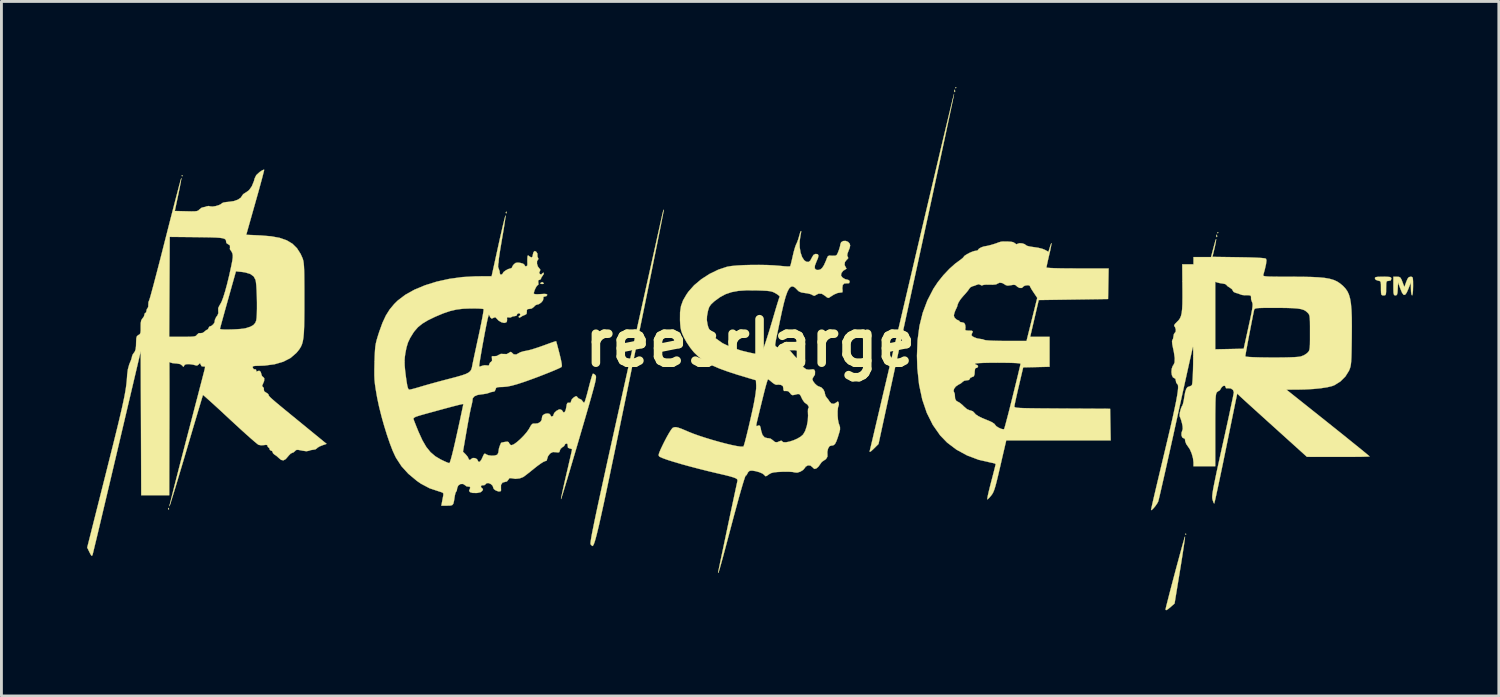
<source format=kicad_pcb>
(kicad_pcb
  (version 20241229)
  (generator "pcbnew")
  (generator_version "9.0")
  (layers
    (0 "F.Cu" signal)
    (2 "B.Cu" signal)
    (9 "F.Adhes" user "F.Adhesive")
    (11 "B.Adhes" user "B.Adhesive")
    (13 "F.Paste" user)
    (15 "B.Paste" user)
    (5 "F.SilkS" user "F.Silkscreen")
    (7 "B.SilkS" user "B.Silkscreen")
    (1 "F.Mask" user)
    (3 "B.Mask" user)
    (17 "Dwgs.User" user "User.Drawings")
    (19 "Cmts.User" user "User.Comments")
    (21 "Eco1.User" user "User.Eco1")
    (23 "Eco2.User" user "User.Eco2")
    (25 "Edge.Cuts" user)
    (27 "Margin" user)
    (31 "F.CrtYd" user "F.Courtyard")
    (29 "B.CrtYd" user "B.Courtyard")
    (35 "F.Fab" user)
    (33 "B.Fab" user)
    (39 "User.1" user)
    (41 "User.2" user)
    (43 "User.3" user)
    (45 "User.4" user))
  (footprint "reesrlarge"
    (layer "F.Cu")
    (at 23.234 8.968)
    (property "Reference" "reesrlarge" (at 0 0 0) (layer "F.SilkS") (effects (font (size 1.524 1.524) (thickness 0.3))))
    (attr through_hole)
    (fp_poly (pts (xy -19.885 -5.86) (xy -19.903 -5.842) (xy -19.921 -5.86) (xy -19.903 -5.878) (xy -19.885 -5.86)) (stroke (width 0.01) (type solid)) (fill yes) (layer "F.SilkS"))
    (fp_poly (pts (xy 7.221 -8.944) (xy 7.203 -8.926) (xy 7.185 -8.944) (xy 7.203 -8.963) (xy 7.221 -8.944)) (stroke (width 0.01) (type solid)) (fill yes) (layer "F.SilkS"))
    (fp_poly (pts (xy 15.276 6.695) (xy 15.258 6.713) (xy 15.24 6.695) (xy 15.258 6.677) (xy 15.276 6.695)) (stroke (width 0.01) (type solid)) (fill yes) (layer "F.SilkS"))
    (fp_poly (pts (xy 16.401 -3.864) (xy 16.383 -3.846) (xy 16.365 -3.864) (xy 16.383 -3.883) (xy 16.401 -3.864)) (stroke (width 0.01) (type solid)) (fill yes) (layer "F.SilkS"))
    (fp_poly (pts (xy -20.368 5.782) (xy -20.364 5.825) (xy -20.368 5.83) (xy -20.39 5.825) (xy -20.393 5.806) (xy -20.379 5.776) (xy -20.368 5.782)) (stroke (width 0.01) (type solid)) (fill yes) (layer "F.SilkS"))
    (fp_poly (pts (xy -8.539 -4.596) (xy -8.535 -4.553) (xy -8.539 -4.548) (xy -8.561 -4.553) (xy -8.563 -4.572) (xy -8.55 -4.602) (xy -8.539 -4.596)) (stroke (width 0.01) (type solid)) (fill yes) (layer "F.SilkS"))
    (fp_poly (pts (xy 7.173 -8.861) (xy 7.177 -8.804) (xy 7.17 -8.791) (xy 7.154 -8.802) (xy 7.151 -8.839) (xy 7.16 -8.877) (xy 7.173 -8.861)) (stroke (width 0.01) (type solid)) (fill yes) (layer "F.SilkS"))
    (fp_poly (pts (xy 16.353 -3.781) (xy 16.358 -3.724) (xy 16.35 -3.711) (xy 16.334 -3.722) (xy 16.331 -3.759) (xy 16.34 -3.797) (xy 16.353 -3.781)) (stroke (width 0.01) (type solid)) (fill yes) (layer "F.SilkS"))
    (fp_poly (pts (xy -7.25 -2.112) (xy -7.232 -2.079) (xy -7.276 -2.069) (xy -7.293 -2.068) (xy -7.351 -2.076) (xy -7.345 -2.103) (xy -7.337 -2.112) (xy -7.288 -2.137) (xy -7.25 -2.112)) (stroke (width 0.01) (type solid)) (fill yes) (layer "F.SilkS"))
    (fp_poly (pts (xy 15.23 6.825) (xy 15.217 6.931) (xy 15.194 7.092) (xy 15.163 7.297) (xy 15.126 7.539) (xy 15.083 7.809) (xy 15.056 7.972) (xy 14.867 9.126) (xy 14.736 9.242) (xy 14.631 9.328) (xy 14.57 9.36) (xy 14.551 9.338) (xy 14.551 9.338) (xy 14.559 9.292) (xy 14.584 9.187) (xy 14.623 9.034) (xy 14.672 8.841) (xy 14.73 8.618) (xy 14.794 8.374) (xy 14.862 8.119) (xy 14.93 7.862) (xy 14.998 7.612) (xy 15.061 7.378) (xy 15.118 7.17) (xy 15.166 6.998) (xy 15.203 6.87) (xy 15.226 6.796) (xy 15.233 6.781) (xy 15.23 6.825)) (stroke (width 0.01) (type solid)) (fill yes) (layer "F.SilkS"))
    (fp_poly (pts (xy 22.313 -2.321) (xy 22.401 -2.314) (xy 22.445 -2.298) (xy 22.46 -2.27) (xy 22.461 -2.25) (xy 22.44 -2.193) (xy 22.37 -2.177) (xy 22.323 -2.173) (xy 22.296 -2.152) (xy 22.283 -2.096) (xy 22.28 -1.991) (xy 22.279 -1.923) (xy 22.278 -1.79) (xy 22.27 -1.714) (xy 22.25 -1.679) (xy 22.213 -1.67) (xy 22.189 -1.669) (xy 22.141 -1.673) (xy 22.114 -1.695) (xy 22.102 -1.751) (xy 22.098 -1.857) (xy 22.098 -1.921) (xy 22.097 -2.053) (xy 22.089 -2.129) (xy 22.067 -2.166) (xy 22.027 -2.18) (xy 21.999 -2.184) (xy 21.916 -2.215) (xy 21.887 -2.259) (xy 21.889 -2.29) (xy 21.918 -2.309) (xy 21.988 -2.319) (xy 22.112 -2.322) (xy 22.168 -2.322) (xy 22.313 -2.321)) (stroke (width 0.01) (type solid)) (fill yes) (layer "F.SilkS"))
    (fp_poly (pts (xy 22.732 -2.317) (xy 22.78 -2.289) (xy 22.819 -2.221) (xy 22.85 -2.141) (xy 22.918 -1.959) (xy 22.983 -2.141) (xy 23.029 -2.25) (xy 23.072 -2.305) (xy 23.126 -2.322) (xy 23.136 -2.322) (xy 23.177 -2.319) (xy 23.203 -2.301) (xy 23.216 -2.253) (xy 23.222 -2.162) (xy 23.223 -2.014) (xy 23.223 -1.996) (xy 23.219 -1.839) (xy 23.209 -1.728) (xy 23.193 -1.673) (xy 23.187 -1.669) (xy 23.167 -1.702) (xy 23.153 -1.789) (xy 23.148 -1.896) (xy 23.145 -2.123) (xy 23.061 -1.905) (xy 22.998 -1.762) (xy 22.943 -1.691) (xy 22.891 -1.69) (xy 22.838 -1.76) (xy 22.781 -1.894) (xy 22.697 -2.123) (xy 22.686 -1.896) (xy 22.677 -1.771) (xy 22.662 -1.702) (xy 22.635 -1.673) (xy 22.604 -1.669) (xy 22.571 -1.675) (xy 22.55 -1.702) (xy 22.538 -1.763) (xy 22.534 -1.873) (xy 22.533 -1.996) (xy 22.533 -2.322) (xy 22.658 -2.322) (xy 22.732 -2.317)) (stroke (width 0.01) (type solid)) (fill yes) (layer "F.SilkS"))
    (fp_poly (pts (xy 7.135 -8.691) (xy 7.114 -8.588) (xy 7.08 -8.42) (xy 7.032 -8.193) (xy 6.972 -7.909) (xy 6.9 -7.573) (xy 6.818 -7.187) (xy 6.725 -6.756) (xy 6.624 -6.283) (xy 6.513 -5.771) (xy 6.396 -5.225) (xy 6.271 -4.647) (xy 6.14 -4.043) (xy 6.004 -3.414) (xy 5.863 -2.765) (xy 5.824 -2.588) (xy 4.494 3.538) (xy 4.33 3.701) (xy 4.239 3.786) (xy 4.191 3.815) (xy 4.185 3.792) (xy 4.195 3.749) (xy 4.221 3.64) (xy 4.262 3.467) (xy 4.317 3.234) (xy 4.385 2.945) (xy 4.465 2.604) (xy 4.557 2.213) (xy 4.659 1.777) (xy 4.772 1.3) (xy 4.893 0.784) (xy 5.022 0.234) (xy 5.158 -0.347) (xy 5.301 -0.955) (xy 5.449 -1.587) (xy 5.602 -2.239) (xy 5.666 -2.511) (xy 5.82 -3.169) (xy 5.97 -3.807) (xy 6.115 -4.422) (xy 6.254 -5.011) (xy 6.386 -5.569) (xy 6.51 -6.095) (xy 6.625 -6.582) (xy 6.731 -7.03) (xy 6.827 -7.433) (xy 6.912 -7.788) (xy 6.985 -8.091) (xy 7.045 -8.34) (xy 7.091 -8.531) (xy 7.123 -8.659) (xy 7.139 -8.722) (xy 7.141 -8.728) (xy 7.135 -8.691)) (stroke (width 0.01) (type solid)) (fill yes) (layer "F.SilkS"))
    (fp_poly (pts (xy -3.033 -4.635) (xy -3.052 -4.532) (xy -3.085 -4.364) (xy -3.129 -4.137) (xy -3.186 -3.854) (xy -3.253 -3.518) (xy -3.331 -3.134) (xy -3.417 -2.705) (xy -3.512 -2.235) (xy -3.615 -1.728) (xy -3.725 -1.188) (xy -3.842 -0.617) (xy -3.963 -0.021) (xy -4.09 0.598) (xy -4.188 1.077) (xy -4.347 1.853) (xy -4.493 2.56) (xy -4.625 3.203) (xy -4.745 3.784) (xy -4.854 4.305) (xy -4.951 4.771) (xy -5.038 5.184) (xy -5.115 5.546) (xy -5.184 5.862) (xy -5.244 6.134) (xy -5.296 6.366) (xy -5.342 6.559) (xy -5.381 6.718) (xy -5.415 6.845) (xy -5.443 6.943) (xy -5.468 7.016) (xy -5.489 7.066) (xy -5.507 7.096) (xy -5.522 7.11) (xy -5.53 7.112) (xy -5.56 7.088) (xy -5.591 7.054) (xy -5.595 7.038) (xy -5.595 7.004) (xy -5.589 6.948) (xy -5.577 6.868) (xy -5.559 6.76) (xy -5.533 6.622) (xy -5.498 6.45) (xy -5.456 6.241) (xy -5.404 5.993) (xy -5.342 5.702) (xy -5.269 5.366) (xy -5.185 4.98) (xy -5.089 4.543) (xy -4.981 4.05) (xy -4.859 3.499) (xy -4.723 2.888) (xy -4.573 2.212) (xy -4.408 1.469) (xy -4.377 1.33) (xy -4.237 0.699) (xy -4.1 0.086) (xy -3.968 -0.506) (xy -3.842 -1.072) (xy -3.723 -1.61) (xy -3.611 -2.114) (xy -3.507 -2.581) (xy -3.412 -3.007) (xy -3.327 -3.388) (xy -3.254 -3.72) (xy -3.191 -4) (xy -3.142 -4.223) (xy -3.106 -4.386) (xy -3.084 -4.484) (xy -3.078 -4.511) (xy -3.054 -4.608) (xy -3.034 -4.665) (xy -3.027 -4.672) (xy -3.033 -4.635)) (stroke (width 0.01) (type solid)) (fill yes) (layer "F.SilkS"))
    (fp_poly (pts (xy 9.024 -3.555) (xy 9.137 -3.548) (xy 9.209 -3.534) (xy 9.255 -3.51) (xy 9.272 -3.495) (xy 9.331 -3.459) (xy 9.369 -3.477) (xy 9.433 -3.498) (xy 9.526 -3.492) (xy 9.615 -3.464) (xy 9.66 -3.428) (xy 9.707 -3.403) (xy 9.806 -3.379) (xy 9.935 -3.36) (xy 9.945 -3.359) (xy 10.095 -3.336) (xy 10.234 -3.301) (xy 10.326 -3.264) (xy 10.449 -3.195) (xy 10.501 -3.367) (xy 10.535 -3.467) (xy 10.552 -3.501) (xy 10.553 -3.473) (xy 10.539 -3.388) (xy 10.511 -3.249) (xy 10.468 -3.063) (xy 10.431 -2.903) (xy 10.402 -2.77) (xy 10.383 -2.678) (xy 10.378 -2.646) (xy 10.413 -2.637) (xy 10.513 -2.629) (xy 10.671 -2.622) (xy 10.88 -2.617) (xy 11.132 -2.614) (xy 11.42 -2.613) (xy 11.467 -2.613) (xy 12.557 -2.613) (xy 12.547 -2.077) (xy 12.537 -1.542) (xy 11.322 -1.524) (xy 10.108 -1.506) (xy 9.958 -0.862) (xy 9.808 -0.218) (xy 10.148 -0.218) (xy 10.487 -0.218) (xy 10.487 0.832) (xy 10.025 0.843) (xy 9.563 0.853) (xy 9.41 1.506) (xy 9.361 1.717) (xy 9.318 1.907) (xy 9.284 2.063) (xy 9.262 2.172) (xy 9.255 2.222) (xy 9.258 2.237) (xy 9.273 2.249) (xy 9.306 2.26) (xy 9.363 2.268) (xy 9.449 2.275) (xy 9.572 2.28) (xy 9.737 2.284) (xy 9.951 2.287) (xy 10.218 2.29) (xy 10.547 2.292) (xy 10.931 2.295) (xy 12.609 2.304) (xy 12.619 2.857) (xy 12.629 3.411) (xy 8.97 3.411) (xy 8.951 3.493) (xy 8.937 3.55) (xy 8.91 3.668) (xy 8.871 3.834) (xy 8.824 4.036) (xy 8.772 4.265) (xy 8.743 4.389) (xy 8.68 4.658) (xy 8.629 4.867) (xy 8.587 5.024) (xy 8.55 5.141) (xy 8.516 5.226) (xy 8.481 5.29) (xy 8.444 5.341) (xy 8.375 5.422) (xy 8.322 5.471) (xy 8.307 5.479) (xy 8.307 5.446) (xy 8.323 5.354) (xy 8.354 5.215) (xy 8.397 5.039) (xy 8.44 4.871) (xy 8.492 4.672) (xy 8.537 4.497) (xy 8.572 4.358) (xy 8.594 4.269) (xy 8.599 4.24) (xy 8.567 4.22) (xy 8.487 4.199) (xy 8.445 4.191) (xy 8.01 4.093) (xy 7.601 3.939) (xy 7.227 3.736) (xy 6.899 3.488) (xy 6.654 3.235) (xy 6.397 2.868) (xy 6.187 2.448) (xy 6.027 1.977) (xy 5.965 1.683) (xy 7.124 1.683) (xy 7.143 1.725) (xy 7.164 1.775) (xy 7.168 1.807) (xy 7.174 1.895) (xy 7.178 1.948) (xy 7.217 2.024) (xy 7.266 2.052) (xy 7.338 2.092) (xy 7.43 2.167) (xy 7.481 2.218) (xy 7.594 2.316) (xy 7.69 2.358) (xy 7.704 2.359) (xy 7.797 2.39) (xy 7.847 2.44) (xy 7.902 2.501) (xy 7.989 2.56) (xy 8.121 2.626) (xy 8.308 2.704) (xy 8.354 2.721) (xy 8.471 2.775) (xy 8.554 2.831) (xy 8.581 2.866) (xy 8.622 2.914) (xy 8.7 2.964) (xy 8.789 3.005) (xy 8.864 3.022) (xy 8.894 3.015) (xy 8.908 2.976) (xy 8.937 2.875) (xy 8.978 2.72) (xy 9.031 2.521) (xy 9.091 2.286) (xy 9.157 2.023) (xy 9.193 1.878) (xy 9.261 1.604) (xy 9.323 1.352) (xy 9.377 1.131) (xy 9.42 0.949) (xy 9.452 0.816) (xy 9.468 0.74) (xy 9.471 0.726) (xy 9.435 0.713) (xy 9.329 0.702) (xy 9.157 0.695) (xy 8.921 0.691) (xy 8.672 0.689) (xy 8.389 0.691) (xy 8.164 0.696) (xy 8.001 0.704) (xy 7.903 0.714) (xy 7.874 0.726) (xy 7.903 0.758) (xy 7.928 0.762) (xy 7.977 0.791) (xy 7.983 0.816) (xy 7.954 0.865) (xy 7.928 0.871) (xy 7.895 0.879) (xy 7.876 0.914) (xy 7.865 0.992) (xy 7.86 1.089) (xy 7.835 1.165) (xy 7.774 1.191) (xy 7.71 1.22) (xy 7.693 1.254) (xy 7.66 1.295) (xy 7.586 1.306) (xy 7.499 1.321) (xy 7.449 1.354) (xy 7.399 1.399) (xy 7.312 1.451) (xy 7.289 1.462) (xy 7.2 1.525) (xy 7.141 1.605) (xy 7.124 1.683) (xy 5.965 1.683) (xy 5.916 1.455) (xy 5.855 0.885) (xy 5.842 0.447) (xy 5.863 -0.099) (xy 5.929 -0.597) (xy 6.021 -0.967) (xy 7.133 -0.967) (xy 7.151 -0.903) (xy 7.176 -0.87) (xy 7.239 -0.815) (xy 7.283 -0.798) (xy 7.326 -0.776) (xy 7.33 -0.762) (xy 7.361 -0.735) (xy 7.42 -0.726) (xy 7.497 -0.703) (xy 7.533 -0.635) (xy 7.542 -0.544) (xy 7.534 -0.49) (xy 7.536 -0.454) (xy 7.587 -0.438) (xy 7.657 -0.435) (xy 7.756 -0.432) (xy 7.795 -0.413) (xy 7.785 -0.366) (xy 7.765 -0.327) (xy 7.752 -0.275) (xy 7.787 -0.234) (xy 7.843 -0.202) (xy 7.951 -0.162) (xy 8.051 -0.145) (xy 8.052 -0.145) (xy 8.146 -0.131) (xy 8.201 -0.109) (xy 8.253 -0.098) (xy 8.366 -0.088) (xy 8.529 -0.08) (xy 8.729 -0.075) (xy 8.955 -0.073) (xy 8.967 -0.073) (xy 9.68 -0.073) (xy 9.868 -0.827) (xy 10.056 -1.582) (xy 9.927 -1.774) (xy 9.859 -1.878) (xy 9.813 -1.96) (xy 9.797 -1.997) (xy 9.768 -2.021) (xy 9.7 -2.024) (xy 9.625 -2.011) (xy 9.571 -1.983) (xy 9.564 -1.972) (xy 9.516 -1.93) (xy 9.438 -1.93) (xy 9.359 -1.971) (xy 9.339 -1.991) (xy 9.289 -2.033) (xy 9.223 -2.041) (xy 9.135 -2.026) (xy 9.023 -2.011) (xy 8.951 -2.029) (xy 8.931 -2.044) (xy 8.834 -2.101) (xy 8.738 -2.115) (xy 8.67 -2.084) (xy 8.613 -2.054) (xy 8.501 -2.043) (xy 8.395 -2.045) (xy 8.272 -2.046) (xy 8.18 -2.038) (xy 8.141 -2.024) (xy 8.102 -2.017) (xy 8.069 -2.036) (xy 8.004 -2.061) (xy 7.936 -2.039) (xy 7.842 -2.003) (xy 7.784 -1.988) (xy 7.71 -1.949) (xy 7.675 -1.905) (xy 7.632 -1.842) (xy 7.555 -1.748) (xy 7.467 -1.651) (xy 7.375 -1.542) (xy 7.305 -1.435) (xy 7.272 -1.361) (xy 7.247 -1.271) (xy 7.222 -1.216) (xy 7.193 -1.158) (xy 7.158 -1.068) (xy 7.155 -1.06) (xy 7.133 -0.967) (xy 6.021 -0.967) (xy 6.043 -1.057) (xy 6.206 -1.49) (xy 6.418 -1.901) (xy 6.575 -2.137) (xy 6.767 -2.376) (xy 6.976 -2.598) (xy 7.184 -2.783) (xy 7.274 -2.849) (xy 7.375 -2.923) (xy 7.448 -2.982) (xy 7.475 -3.014) (xy 7.505 -3.053) (xy 7.582 -3.104) (xy 7.683 -3.159) (xy 7.787 -3.203) (xy 7.871 -3.228) (xy 7.89 -3.229) (xy 7.959 -3.242) (xy 7.983 -3.267) (xy 8.014 -3.305) (xy 8.087 -3.348) (xy 8.178 -3.381) (xy 8.237 -3.392) (xy 8.32 -3.407) (xy 8.441 -3.438) (xy 8.567 -3.476) (xy 8.669 -3.512) (xy 8.69 -3.522) (xy 8.786 -3.55) (xy 8.854 -3.557) (xy 9.024 -3.555)) (stroke (width 0.01) (type solid)) (fill yes) (layer "F.SilkS"))
    (fp_poly (pts (xy 16.324 -3.629) (xy 16.317 -3.569) (xy 16.296 -3.46) (xy 16.267 -3.324) (xy 16.26 -3.296) (xy 16.194 -3.019) (xy 17.112 -3.006) (xy 17.447 -3) (xy 17.711 -2.991) (xy 17.903 -2.981) (xy 18.023 -2.968) (xy 18.071 -2.953) (xy 18.086 -2.891) (xy 18.071 -2.764) (xy 18.027 -2.571) (xy 17.975 -2.386) (xy 17.974 -2.367) (xy 17.987 -2.353) (xy 18.022 -2.342) (xy 18.086 -2.334) (xy 18.189 -2.328) (xy 18.336 -2.325) (xy 18.536 -2.323) (xy 18.797 -2.322) (xy 18.973 -2.322) (xy 19.35 -2.32) (xy 19.663 -2.314) (xy 19.919 -2.301) (xy 20.129 -2.281) (xy 20.299 -2.251) (xy 20.439 -2.21) (xy 20.557 -2.158) (xy 20.66 -2.091) (xy 20.758 -2.01) (xy 20.768 -2.001) (xy 20.851 -1.913) (xy 20.92 -1.816) (xy 20.974 -1.701) (xy 21.015 -1.56) (xy 21.045 -1.386) (xy 21.064 -1.171) (xy 21.075 -0.907) (xy 21.078 -0.586) (xy 21.075 -0.201) (xy 21.075 -0.194) (xy 21.071 0.099) (xy 21.067 0.329) (xy 21.062 0.506) (xy 21.055 0.64) (xy 21.045 0.74) (xy 21.032 0.817) (xy 21.014 0.88) (xy 20.991 0.938) (xy 20.977 0.972) (xy 20.851 1.173) (xy 20.676 1.347) (xy 20.473 1.474) (xy 20.39 1.507) (xy 20.222 1.548) (xy 19.997 1.583) (xy 19.729 1.61) (xy 19.434 1.626) (xy 19.163 1.632) (xy 18.785 1.633) (xy 20.242 2.793) (xy 20.524 3.018) (xy 20.788 3.229) (xy 21.028 3.423) (xy 21.24 3.594) (xy 21.418 3.738) (xy 21.557 3.852) (xy 21.651 3.93) (xy 21.696 3.969) (xy 21.699 3.973) (xy 21.664 3.977) (xy 21.565 3.981) (xy 21.412 3.985) (xy 21.213 3.987) (xy 20.976 3.989) (xy 20.711 3.989) (xy 20.601 3.989) (xy 19.504 3.987) (xy 18.361 2.955) (xy 18.115 2.733) (xy 17.883 2.523) (xy 17.672 2.332) (xy 17.488 2.165) (xy 17.336 2.027) (xy 17.224 1.924) (xy 17.155 1.861) (xy 17.14 1.846) (xy 17.062 1.77) (xy 17.029 1.928) (xy 17.015 1.995) (xy 16.988 2.125) (xy 16.95 2.311) (xy 16.902 2.545) (xy 16.846 2.82) (xy 16.783 3.128) (xy 16.715 3.462) (xy 16.643 3.815) (xy 16.635 3.855) (xy 16.564 4.202) (xy 16.496 4.527) (xy 16.434 4.822) (xy 16.379 5.082) (xy 16.332 5.298) (xy 16.295 5.465) (xy 16.269 5.575) (xy 16.255 5.623) (xy 16.254 5.624) (xy 16.234 5.593) (xy 16.206 5.514) (xy 16.196 5.481) (xy 16.189 5.442) (xy 16.186 5.393) (xy 16.19 5.328) (xy 16.2 5.24) (xy 16.219 5.123) (xy 16.248 4.971) (xy 16.287 4.779) (xy 16.337 4.538) (xy 16.401 4.245) (xy 16.478 3.892) (xy 16.55 3.566) (xy 16.628 3.217) (xy 16.7 2.887) (xy 16.766 2.585) (xy 16.823 2.317) (xy 16.871 2.09) (xy 16.909 1.911) (xy 16.933 1.788) (xy 16.944 1.727) (xy 16.944 1.723) (xy 16.914 1.643) (xy 16.838 1.591) (xy 16.741 1.583) (xy 16.732 1.585) (xy 16.671 1.585) (xy 16.655 1.544) (xy 16.633 1.498) (xy 16.583 1.498) (xy 16.526 1.537) (xy 16.492 1.588) (xy 16.456 1.65) (xy 16.431 1.669) (xy 16.389 1.692) (xy 16.349 1.726) (xy 16.334 1.749) (xy 16.322 1.789) (xy 16.312 1.852) (xy 16.304 1.946) (xy 16.299 2.079) (xy 16.296 2.257) (xy 16.293 2.487) (xy 16.292 2.777) (xy 16.292 3.051) (xy 16.292 4.318) (xy 15.53 4.318) (xy 15.53 4.182) (xy 15.512 4.033) (xy 15.467 3.871) (xy 15.405 3.727) (xy 15.352 3.647) (xy 15.276 3.538) (xy 15.237 3.431) (xy 15.236 3.384) (xy 15.214 3.344) (xy 15.188 3.338) (xy 15.137 3.308) (xy 15.109 3.233) (xy 15.111 3.141) (xy 15.131 3.085) (xy 15.153 3.012) (xy 15.148 2.913) (xy 15.129 2.818) (xy 15.098 2.704) (xy 15.067 2.616) (xy 15.052 2.588) (xy 15.041 2.53) (xy 15.053 2.432) (xy 15.081 2.321) (xy 15.118 2.224) (xy 15.14 2.189) (xy 15.161 2.133) (xy 15.186 2.028) (xy 15.206 1.905) (xy 15.238 1.723) (xy 15.276 1.606) (xy 15.323 1.542) (xy 15.383 1.524) (xy 15.453 1.494) (xy 15.479 1.46) (xy 15.488 1.405) (xy 15.498 1.29) (xy 15.507 1.128) (xy 15.514 0.932) (xy 15.518 0.744) (xy 15.52 0.538) (xy 15.521 0.466) (xy 17.345 0.466) (xy 17.379 0.478) (xy 17.474 0.488) (xy 17.62 0.496) (xy 17.803 0.502) (xy 18.014 0.506) (xy 18.24 0.508) (xy 18.471 0.508) (xy 18.694 0.506) (xy 18.899 0.501) (xy 19.073 0.494) (xy 19.206 0.484) (xy 19.282 0.473) (xy 19.403 0.427) (xy 19.509 0.356) (xy 19.518 0.346) (xy 19.553 0.31) (xy 19.577 0.273) (xy 19.594 0.224) (xy 19.604 0.15) (xy 19.61 0.041) (xy 19.612 -0.117) (xy 19.612 -0.334) (xy 19.612 -0.363) (xy 19.612 -0.587) (xy 19.61 -0.751) (xy 19.605 -0.866) (xy 19.596 -0.943) (xy 19.58 -0.994) (xy 19.556 -1.032) (xy 19.523 -1.068) (xy 19.518 -1.072) (xy 19.46 -1.122) (xy 19.39 -1.16) (xy 19.298 -1.189) (xy 19.175 -1.209) (xy 19.012 -1.222) (xy 18.8 -1.229) (xy 18.527 -1.233) (xy 18.408 -1.233) (xy 18.159 -1.233) (xy 17.973 -1.231) (xy 17.84 -1.227) (xy 17.752 -1.22) (xy 17.698 -1.208) (xy 17.67 -1.193) (xy 17.657 -1.171) (xy 17.657 -1.17) (xy 17.644 -1.113) (xy 17.62 -0.999) (xy 17.589 -0.842) (xy 17.552 -0.653) (xy 17.512 -0.446) (xy 17.471 -0.234) (xy 17.432 -0.029) (xy 17.398 0.156) (xy 17.37 0.309) (xy 17.352 0.416) (xy 17.345 0.465) (xy 17.345 0.466) (xy 15.521 0.466) (xy 15.521 0.363) (xy 15.52 0.229) (xy 15.519 0.22) (xy 16.292 0.22) (xy 16.791 0.21) (xy 17.289 0.2) (xy 17.459 -0.573) (xy 17.515 -0.829) (xy 17.556 -1.024) (xy 17.583 -1.169) (xy 17.598 -1.272) (xy 17.602 -1.344) (xy 17.597 -1.395) (xy 17.583 -1.434) (xy 17.578 -1.444) (xy 17.547 -1.535) (xy 17.547 -1.606) (xy 17.539 -1.655) (xy 17.472 -1.677) (xy 17.341 -1.675) (xy 17.326 -1.674) (xy 17.233 -1.684) (xy 17.181 -1.701) (xy 17.089 -1.736) (xy 17.009 -1.758) (xy 16.937 -1.79) (xy 16.909 -1.832) (xy 16.88 -1.884) (xy 16.809 -1.937) (xy 16.804 -1.94) (xy 16.726 -1.989) (xy 16.685 -2.033) (xy 16.685 -2.034) (xy 16.643 -2.065) (xy 16.563 -2.083) (xy 16.454 -2.099) (xy 16.374 -2.119) (xy 16.292 -2.146) (xy 16.292 0.22) (xy 15.519 0.22) (xy 15.517 0.147) (xy 15.512 0.127) (xy 15.502 0.167) (xy 15.477 0.273) (xy 15.44 0.439) (xy 15.39 0.658) (xy 15.33 0.927) (xy 15.261 1.238) (xy 15.184 1.586) (xy 15.1 1.966) (xy 15.01 2.373) (xy 14.916 2.799) (xy 14.913 2.812) (xy 14.819 3.241) (xy 14.728 3.651) (xy 14.642 4.036) (xy 14.563 4.391) (xy 14.491 4.709) (xy 14.428 4.985) (xy 14.376 5.213) (xy 14.335 5.387) (xy 14.307 5.502) (xy 14.294 5.552) (xy 14.294 5.552) (xy 14.254 5.626) (xy 14.196 5.709) (xy 14.133 5.785) (xy 14.079 5.839) (xy 14.047 5.856) (xy 14.043 5.847) (xy 14.051 5.803) (xy 14.075 5.696) (xy 14.112 5.532) (xy 14.162 5.317) (xy 14.223 5.057) (xy 14.293 4.761) (xy 14.371 4.434) (xy 14.455 4.082) (xy 14.501 3.889) (xy 14.618 3.398) (xy 14.718 2.973) (xy 14.801 2.61) (xy 14.867 2.305) (xy 14.919 2.054) (xy 14.956 1.851) (xy 14.98 1.694) (xy 14.991 1.578) (xy 14.99 1.499) (xy 14.978 1.452) (xy 14.96 1.435) (xy 14.925 1.389) (xy 14.913 1.326) (xy 14.897 1.255) (xy 14.865 1.234) (xy 14.809 1.202) (xy 14.772 1.122) (xy 14.758 1.015) (xy 14.767 0.902) (xy 14.801 0.805) (xy 14.828 0.77) (xy 14.868 0.681) (xy 14.873 0.529) (xy 14.843 0.316) (xy 14.816 0.188) (xy 14.786 0.037) (xy 14.778 -0.063) (xy 14.789 -0.102) (xy 14.815 -0.153) (xy 14.829 -0.235) (xy 14.845 -0.316) (xy 14.874 -0.356) (xy 14.907 -0.399) (xy 14.91 -0.476) (xy 14.886 -0.552) (xy 14.868 -0.576) (xy 14.851 -0.614) (xy 14.877 -0.664) (xy 14.953 -0.742) (xy 15.012 -0.801) (xy 15.057 -0.867) (xy 15.091 -0.947) (xy 15.116 -1.051) (xy 15.132 -1.189) (xy 15.141 -1.37) (xy 15.144 -1.602) (xy 15.143 -1.896) (xy 15.142 -1.968) (xy 15.136 -2.758) (xy 15.333 -2.758) (xy 15.53 -2.758) (xy 15.53 -3.012) (xy 15.837 -3.012) (xy 16.144 -3.012) (xy 16.18 -3.148) (xy 16.235 -3.355) (xy 16.274 -3.5) (xy 16.3 -3.59) (xy 16.316 -3.634) (xy 16.323 -3.639) (xy 16.324 -3.629)) (stroke (width 0.01) (type solid)) (fill yes) (layer "F.SilkS"))
    (fp_poly (pts (xy -17.029 -6.071) (xy -17.036 -6.03) (xy -17.062 -5.928) (xy -17.102 -5.773) (xy -17.156 -5.574) (xy -17.22 -5.339) (xy -17.294 -5.077) (xy -17.339 -4.917) (xy -17.657 -3.792) (xy -17.147 -3.769) (xy -16.785 -3.739) (xy -16.485 -3.684) (xy -16.238 -3.598) (xy -16.039 -3.479) (xy -15.88 -3.322) (xy -15.752 -3.122) (xy -15.686 -2.975) (xy -15.669 -2.926) (xy -15.655 -2.868) (xy -15.644 -2.794) (xy -15.635 -2.696) (xy -15.629 -2.567) (xy -15.625 -2.397) (xy -15.623 -2.18) (xy -15.621 -1.907) (xy -15.621 -1.571) (xy -15.621 -1.506) (xy -15.621 -1.13) (xy -15.624 -0.82) (xy -15.629 -0.566) (xy -15.638 -0.361) (xy -15.653 -0.197) (xy -15.674 -0.066) (xy -15.703 0.04) (xy -15.741 0.128) (xy -15.789 0.207) (xy -15.849 0.285) (xy -15.907 0.352) (xy -16.104 0.522) (xy -16.358 0.654) (xy -16.663 0.743) (xy -17.015 0.79) (xy -17.205 0.797) (xy -17.333 0.8) (xy -17.404 0.809) (xy -17.431 0.829) (xy -17.429 0.865) (xy -17.428 0.868) (xy -17.392 0.919) (xy -17.359 0.919) (xy -17.316 0.928) (xy -17.308 0.962) (xy -17.297 1.003) (xy -17.26 0.985) (xy -17.2 0.97) (xy -17.15 1.011) (xy -17.127 1.092) (xy -17.127 1.097) (xy -17.101 1.164) (xy -17.072 1.184) (xy -17.025 1.236) (xy -17.031 1.331) (xy -17.069 1.422) (xy -17.1 1.494) (xy -17.09 1.528) (xy -17.072 1.537) (xy -17.04 1.582) (xy -17.041 1.624) (xy -17.03 1.689) (xy -16.966 1.734) (xy -16.898 1.777) (xy -16.873 1.814) (xy -16.87 1.831) (xy -16.859 1.852) (xy -16.834 1.883) (xy -16.79 1.926) (xy -16.722 1.987) (xy -16.625 2.071) (xy -16.492 2.182) (xy -16.32 2.324) (xy -16.103 2.502) (xy -15.835 2.721) (xy -15.793 2.755) (xy -14.842 3.533) (xy -14.995 3.585) (xy -15.096 3.627) (xy -15.166 3.672) (xy -15.178 3.687) (xy -15.234 3.726) (xy -15.299 3.737) (xy -15.399 3.752) (xy -15.458 3.774) (xy -15.548 3.791) (xy -15.693 3.771) (xy -15.713 3.766) (xy -15.826 3.744) (xy -15.892 3.743) (xy -15.931 3.765) (xy -15.947 3.785) (xy -16.007 3.835) (xy -16.045 3.846) (xy -16.099 3.873) (xy -16.166 3.94) (xy -16.177 3.954) (xy -16.273 4.065) (xy -16.355 4.111) (xy -16.435 4.094) (xy -16.509 4.034) (xy -16.59 3.961) (xy -16.659 3.912) (xy -16.672 3.906) (xy -16.721 3.858) (xy -16.728 3.829) (xy -16.756 3.78) (xy -16.782 3.774) (xy -16.83 3.745) (xy -16.837 3.719) (xy -16.856 3.671) (xy -16.873 3.665) (xy -16.905 3.635) (xy -16.909 3.609) (xy -16.926 3.572) (xy -16.986 3.568) (xy -17.027 3.575) (xy -17.135 3.582) (xy -17.224 3.567) (xy -17.268 3.536) (xy -17.359 3.461) (xy -17.489 3.349) (xy -17.652 3.204) (xy -17.841 3.033) (xy -18.049 2.842) (xy -18.233 2.672) (xy -18.449 2.471) (xy -18.648 2.287) (xy -18.824 2.126) (xy -18.971 1.994) (xy -19.082 1.895) (xy -19.151 1.835) (xy -19.173 1.819) (xy -19.185 1.856) (xy -19.215 1.955) (xy -19.262 2.112) (xy -19.324 2.319) (xy -19.399 2.571) (xy -19.486 2.861) (xy -19.581 3.183) (xy -19.684 3.531) (xy -19.758 3.782) (xy -19.865 4.143) (xy -19.966 4.481) (xy -20.059 4.792) (xy -20.142 5.068) (xy -20.214 5.303) (xy -20.272 5.491) (xy -20.315 5.627) (xy -20.34 5.703) (xy -20.347 5.718) (xy -20.341 5.682) (xy -20.317 5.581) (xy -20.278 5.421) (xy -20.225 5.209) (xy -20.159 4.949) (xy -20.082 4.649) (xy -19.996 4.312) (xy -19.901 3.947) (xy -19.8 3.557) (xy -19.746 3.351) (xy -19.641 2.949) (xy -19.541 2.565) (xy -19.448 2.206) (xy -19.362 1.878) (xy -19.287 1.588) (xy -19.222 1.34) (xy -19.171 1.142) (xy -19.134 0.999) (xy -19.113 0.917) (xy -19.109 0.902) (xy -19.1 0.834) (xy -19.127 0.818) (xy -19.156 0.823) (xy -19.22 0.814) (xy -19.249 0.763) (xy -19.272 0.709) (xy -19.299 0.72) (xy -19.32 0.747) (xy -19.381 0.79) (xy -19.435 0.78) (xy -19.515 0.758) (xy -19.627 0.742) (xy -19.655 0.739) (xy -19.761 0.741) (xy -19.816 0.767) (xy -19.83 0.791) (xy -19.852 0.832) (xy -19.881 0.814) (xy -19.902 0.787) (xy -19.971 0.738) (xy -20.093 0.717) (xy -20.126 0.715) (xy -20.235 0.705) (xy -20.311 0.684) (xy -20.329 0.672) (xy -20.348 0.67) (xy -20.351 0.708) (xy -20.35 0.756) (xy -20.349 0.87) (xy -20.349 1.045) (xy -20.348 1.272) (xy -20.348 1.547) (xy -20.348 1.862) (xy -20.349 2.211) (xy -20.349 2.589) (xy -20.35 2.987) (xy -20.351 3.057) (xy -20.356 5.334) (xy -21.336 5.334) (xy -21.354 0.289) (xy -22.185 3.819) (xy -22.302 4.313) (xy -22.414 4.789) (xy -22.521 5.24) (xy -22.621 5.662) (xy -22.713 6.051) (xy -22.796 6.401) (xy -22.869 6.708) (xy -22.931 6.966) (xy -22.981 7.171) (xy -23.016 7.318) (xy -23.037 7.402) (xy -23.042 7.42) (xy -23.062 7.455) (xy -23.087 7.442) (xy -23.127 7.373) (xy -23.149 7.329) (xy -23.229 7.165) (xy -22.566 4.535) (xy -22.436 4.016) (xy -22.322 3.562) (xy -22.224 3.166) (xy -22.14 2.824) (xy -22.07 2.529) (xy -22.011 2.275) (xy -21.964 2.058) (xy -21.925 1.871) (xy -21.895 1.708) (xy -21.872 1.564) (xy -21.855 1.433) (xy -21.842 1.309) (xy -21.833 1.187) (xy -21.829 1.115) (xy -21.804 0.922) (xy -21.757 0.751) (xy -21.739 0.707) (xy -21.694 0.599) (xy -21.666 0.511) (xy -21.663 0.484) (xy -21.639 0.411) (xy -21.601 0.355) (xy -21.559 0.295) (xy -21.532 0.218) (xy -21.519 0.105) (xy -21.514 -0.059) (xy -21.507 -0.175) (xy -21.493 -0.218) (xy -20.357 -0.218) (xy -19.894 -0.218) (xy -19.701 -0.219) (xy -19.569 -0.222) (xy -19.483 -0.231) (xy -19.431 -0.246) (xy -19.4 -0.27) (xy -19.384 -0.292) (xy -19.32 -0.347) (xy -19.268 -0.345) (xy -19.184 -0.354) (xy -19.124 -0.397) (xy -19.059 -0.451) (xy -19.014 -0.472) (xy -18.989 -0.495) (xy -18.578 -0.495) (xy -18.545 -0.482) (xy -18.455 -0.474) (xy -18.327 -0.472) (xy -18.174 -0.475) (xy -18.015 -0.482) (xy -17.866 -0.492) (xy -17.743 -0.506) (xy -17.671 -0.52) (xy -17.51 -0.572) (xy -17.405 -0.631) (xy -17.34 -0.707) (xy -17.307 -0.79) (xy -17.294 -0.878) (xy -17.285 -1.022) (xy -17.281 -1.206) (xy -17.281 -1.414) (xy -17.285 -1.628) (xy -17.293 -1.833) (xy -17.304 -2.013) (xy -17.319 -2.15) (xy -17.331 -2.212) (xy -17.396 -2.334) (xy -17.517 -2.421) (xy -17.699 -2.475) (xy -17.802 -2.49) (xy -18.018 -2.512) (xy -18.298 -1.515) (xy -18.37 -1.258) (xy -18.435 -1.024) (xy -18.491 -0.821) (xy -18.535 -0.66) (xy -18.565 -0.549) (xy -18.578 -0.497) (xy -18.578 -0.495) (xy -18.989 -0.495) (xy -18.982 -0.501) (xy -18.977 -0.526) (xy -18.951 -0.574) (xy -18.929 -0.581) (xy -18.87 -0.605) (xy -18.807 -0.662) (xy -18.767 -0.724) (xy -18.764 -0.748) (xy -18.754 -0.816) (xy -18.713 -0.904) (xy -18.663 -0.972) (xy -18.634 -1.047) (xy -18.638 -1.126) (xy -18.638 -1.227) (xy -18.587 -1.331) (xy -18.572 -1.351) (xy -18.521 -1.446) (xy -18.461 -1.604) (xy -18.395 -1.817) (xy -18.325 -2.075) (xy -18.253 -2.371) (xy -18.182 -2.695) (xy -18.181 -2.701) (xy -18.147 -2.874) (xy -18.13 -2.994) (xy -18.129 -3.078) (xy -18.142 -3.141) (xy -18.152 -3.163) (xy -18.19 -3.235) (xy -18.219 -3.266) (xy -18.219 -3.266) (xy -18.231 -3.296) (xy -18.225 -3.351) (xy -18.23 -3.424) (xy -18.285 -3.457) (xy -18.345 -3.497) (xy -18.361 -3.537) (xy -18.364 -3.584) (xy -18.38 -3.621) (xy -18.417 -3.65) (xy -18.481 -3.671) (xy -18.581 -3.686) (xy -18.725 -3.696) (xy -18.92 -3.703) (xy -19.175 -3.707) (xy -19.401 -3.71) (xy -20.338 -3.719) (xy -20.357 -0.218) (xy -21.493 -0.218) (xy -21.485 -0.24) (xy -21.441 -0.277) (xy -21.431 -0.282) (xy -21.388 -0.309) (xy -21.364 -0.354) (xy -21.355 -0.436) (xy -21.355 -0.559) (xy -21.353 -0.701) (xy -21.337 -0.791) (xy -21.304 -0.848) (xy -21.293 -0.859) (xy -21.241 -0.932) (xy -21.227 -0.985) (xy -21.211 -1.041) (xy -21.191 -1.052) (xy -21.161 -1.083) (xy -21.155 -1.123) (xy -21.137 -1.193) (xy -21.116 -1.217) (xy -21.091 -1.267) (xy -21.088 -1.342) (xy -21.083 -1.434) (xy -21.06 -1.492) (xy -21.044 -1.536) (xy -21.012 -1.643) (xy -20.967 -1.808) (xy -20.908 -2.025) (xy -20.839 -2.288) (xy -20.76 -2.59) (xy -20.673 -2.924) (xy -20.581 -3.286) (xy -20.484 -3.667) (xy -20.481 -3.677) (xy -20.385 -4.057) (xy -20.294 -4.413) (xy -20.209 -4.742) (xy -20.133 -5.036) (xy -20.067 -5.289) (xy -20.012 -5.497) (xy -19.97 -5.652) (xy -19.943 -5.749) (xy -19.931 -5.782) (xy -19.931 -5.782) (xy -19.935 -5.738) (xy -19.952 -5.635) (xy -19.98 -5.488) (xy -20.016 -5.307) (xy -20.041 -5.189) (xy -20.16 -4.626) (xy -19.759 -4.616) (xy -19.582 -4.612) (xy -19.462 -4.614) (xy -19.386 -4.623) (xy -19.338 -4.642) (xy -19.305 -4.672) (xy -19.298 -4.679) (xy -19.228 -4.736) (xy -19.171 -4.754) (xy -19.085 -4.772) (xy -19.053 -4.787) (xy -18.977 -4.801) (xy -18.918 -4.788) (xy -18.834 -4.781) (xy -18.721 -4.799) (xy -18.609 -4.834) (xy -18.525 -4.879) (xy -18.505 -4.9) (xy -18.459 -4.921) (xy -18.364 -4.938) (xy -18.267 -4.947) (xy -18.093 -4.972) (xy -17.947 -5.024) (xy -17.844 -5.095) (xy -17.803 -5.162) (xy -17.761 -5.218) (xy -17.678 -5.271) (xy -17.665 -5.277) (xy -17.557 -5.357) (xy -17.461 -5.494) (xy -17.387 -5.674) (xy -17.364 -5.763) (xy -17.307 -5.881) (xy -17.188 -5.991) (xy -17.102 -6.048) (xy -17.043 -6.074) (xy -17.029 -6.071)) (stroke (width 0.01) (type solid)) (fill yes) (layer "F.SilkS"))
    (fp_poly (pts (xy 1.782 -3.875) (xy 1.76 -3.762) (xy 1.731 -3.561) (xy 1.733 -3.359) (xy 1.763 -3.172) (xy 1.817 -3.013) (xy 1.891 -2.899) (xy 1.968 -2.847) (xy 2.045 -2.841) (xy 2.106 -2.89) (xy 2.163 -2.998) (xy 2.215 -3.086) (xy 2.281 -3.119) (xy 2.305 -3.121) (xy 2.369 -3.108) (xy 2.391 -3.063) (xy 2.373 -2.976) (xy 2.319 -2.85) (xy 2.265 -2.709) (xy 2.261 -2.617) (xy 2.307 -2.568) (xy 2.374 -2.558) (xy 2.451 -2.574) (xy 2.518 -2.627) (xy 2.584 -2.728) (xy 2.654 -2.885) (xy 2.691 -2.981) (xy 2.723 -3.043) (xy 2.773 -3.065) (xy 2.865 -3.058) (xy 2.979 -3.057) (xy 3.034 -3.089) (xy 3.075 -3.174) (xy 3.117 -3.287) (xy 3.148 -3.395) (xy 3.156 -3.452) (xy 3.185 -3.531) (xy 3.256 -3.574) (xy 3.346 -3.578) (xy 3.432 -3.542) (xy 3.484 -3.483) (xy 3.501 -3.418) (xy 3.484 -3.331) (xy 3.448 -3.242) (xy 3.406 -3.131) (xy 3.398 -3.061) (xy 3.416 -3.023) (xy 3.435 -2.976) (xy 3.395 -2.928) (xy 3.38 -2.917) (xy 3.317 -2.835) (xy 3.306 -2.735) (xy 3.347 -2.652) (xy 3.374 -2.608) (xy 3.343 -2.585) (xy 3.254 -2.529) (xy 3.194 -2.448) (xy 3.18 -2.368) (xy 3.181 -2.366) (xy 3.23 -2.296) (xy 3.321 -2.239) (xy 3.423 -2.214) (xy 3.431 -2.213) (xy 3.474 -2.183) (xy 3.483 -2.146) (xy 3.464 -2.096) (xy 3.402 -2.092) (xy 3.3 -2.089) (xy 3.242 -2.035) (xy 3.227 -1.924) (xy 3.236 -1.832) (xy 3.23 -1.779) (xy 3.175 -1.768) (xy 3.163 -1.769) (xy 3.063 -1.754) (xy 2.936 -1.7) (xy 2.806 -1.618) (xy 2.789 -1.604) (xy 2.741 -1.58) (xy 2.69 -1.598) (xy 2.629 -1.649) (xy 2.509 -1.726) (xy 2.393 -1.731) (xy 2.307 -1.686) (xy 2.245 -1.653) (xy 2.194 -1.672) (xy 2.18 -1.683) (xy 2.113 -1.714) (xy 2.002 -1.741) (xy 1.925 -1.751) (xy 1.791 -1.772) (xy 1.703 -1.811) (xy 1.653 -1.858) (xy 1.57 -1.943) (xy 1.496 -1.983) (xy 1.428 -1.975) (xy 1.365 -1.915) (xy 1.303 -1.799) (xy 1.24 -1.624) (xy 1.175 -1.386) (xy 1.105 -1.081) (xy 1.072 -0.925) (xy 1.03 -0.726) (xy 0.988 -0.523) (xy 0.95 -0.344) (xy 0.927 -0.236) (xy 0.899 -0.101) (xy 0.88 0.011) (xy 0.872 0.076) (xy 0.871 0.077) (xy 0.904 0.126) (xy 0.991 0.163) (xy 1.115 0.183) (xy 1.217 0.184) (xy 1.293 0.191) (xy 1.36 0.232) (xy 1.44 0.321) (xy 1.45 0.334) (xy 1.541 0.441) (xy 1.635 0.539) (xy 1.675 0.574) (xy 1.743 0.644) (xy 1.777 0.705) (xy 1.778 0.712) (xy 1.803 0.77) (xy 1.864 0.845) (xy 1.877 0.858) (xy 1.962 0.92) (xy 2.049 0.935) (xy 2.113 0.928) (xy 2.203 0.919) (xy 2.247 0.938) (xy 2.271 0.996) (xy 2.271 0.999) (xy 2.267 1.107) (xy 2.236 1.156) (xy 2.19 1.228) (xy 2.178 1.273) (xy 2.205 1.341) (xy 2.267 1.422) (xy 2.342 1.491) (xy 2.406 1.524) (xy 2.411 1.524) (xy 2.491 1.555) (xy 2.565 1.63) (xy 2.609 1.723) (xy 2.613 1.757) (xy 2.638 1.853) (xy 2.676 1.909) (xy 2.743 1.992) (xy 2.777 2.047) (xy 2.845 2.12) (xy 2.935 2.13) (xy 3.01 2.088) (xy 3.061 2.049) (xy 3.086 2.061) (xy 3.098 2.088) (xy 3.106 2.16) (xy 3.097 2.186) (xy 3.073 2.267) (xy 3.062 2.394) (xy 3.063 2.543) (xy 3.075 2.689) (xy 3.098 2.807) (xy 3.11 2.84) (xy 3.145 2.942) (xy 3.146 3.031) (xy 3.122 3.13) (xy 3.063 3.32) (xy 3.015 3.45) (xy 2.973 3.531) (xy 2.929 3.574) (xy 2.877 3.591) (xy 2.847 3.592) (xy 2.779 3.613) (xy 2.733 3.687) (xy 2.723 3.714) (xy 2.702 3.812) (xy 2.704 3.888) (xy 2.705 3.892) (xy 2.705 3.979) (xy 2.655 4.065) (xy 2.576 4.119) (xy 2.508 4.166) (xy 2.449 4.247) (xy 2.386 4.335) (xy 2.318 4.393) (xy 2.253 4.412) (xy 2.203 4.376) (xy 2.19 4.357) (xy 2.11 4.293) (xy 2.019 4.286) (xy 1.941 4.333) (xy 1.917 4.371) (xy 1.853 4.447) (xy 1.753 4.508) (xy 1.645 4.541) (xy 1.556 4.533) (xy 1.552 4.531) (xy 1.49 4.518) (xy 1.374 4.51) (xy 1.225 4.508) (xy 1.125 4.51) (xy 0.949 4.519) (xy 0.828 4.532) (xy 0.743 4.553) (xy 0.677 4.586) (xy 0.649 4.605) (xy 0.575 4.657) (xy 0.534 4.666) (xy 0.502 4.636) (xy 0.489 4.618) (xy 0.425 4.57) (xy 0.315 4.524) (xy 0.186 4.488) (xy 0.066 4.47) (xy -0.018 4.476) (xy -0.019 4.476) (xy -0.078 4.529) (xy -0.098 4.572) (xy -0.131 4.631) (xy -0.158 4.645) (xy -0.176 4.679) (xy -0.21 4.778) (xy -0.259 4.935) (xy -0.321 5.146) (xy -0.394 5.403) (xy -0.476 5.703) (xy -0.567 6.037) (xy -0.65 6.35) (xy -0.758 6.757) (xy -0.849 7.099) (xy -0.924 7.38) (xy -0.985 7.605) (xy -1.033 7.778) (xy -1.069 7.905) (xy -1.095 7.989) (xy -1.112 8.037) (xy -1.122 8.052) (xy -1.125 8.039) (xy -1.125 8.037) (xy -1.118 7.999) (xy -1.097 7.899) (xy -1.065 7.745) (xy -1.024 7.547) (xy -0.974 7.312) (xy -0.919 7.05) (xy -0.86 6.769) (xy -0.799 6.478) (xy -0.737 6.186) (xy -0.677 5.902) (xy -0.62 5.634) (xy -0.568 5.391) (xy -0.523 5.181) (xy -0.487 5.014) (xy -0.462 4.897) (xy -0.449 4.841) (xy -0.449 4.841) (xy -0.446 4.802) (xy -0.462 4.769) (xy -0.507 4.738) (xy -0.59 4.706) (xy -0.718 4.668) (xy -0.9 4.622) (xy -1.125 4.57) (xy -1.475 4.487) (xy -1.813 4.402) (xy -2.132 4.318) (xy -2.423 4.238) (xy -2.679 4.162) (xy -2.893 4.095) (xy -3.055 4.037) (xy -3.159 3.991) (xy -3.19 3.971) (xy -3.206 3.943) (xy -3.205 3.898) (xy -3.181 3.825) (xy -3.133 3.713) (xy -3.056 3.552) (xy -3.014 3.467) (xy -2.926 3.298) (xy -2.843 3.152) (xy -2.773 3.041) (xy -2.723 2.978) (xy -2.714 2.971) (xy -2.662 2.951) (xy -2.603 2.947) (xy -2.522 2.965) (xy -2.407 3.005) (xy -2.245 3.073) (xy -2.177 3.103) (xy -2.003 3.173) (xy -1.797 3.247) (xy -1.569 3.321) (xy -1.33 3.394) (xy -1.09 3.462) (xy -0.86 3.523) (xy -0.65 3.573) (xy -0.473 3.609) (xy -0.337 3.629) (xy -0.254 3.63) (xy -0.236 3.623) (xy -0.219 3.579) (xy -0.188 3.475) (xy -0.148 3.321) (xy -0.1 3.128) (xy -0.046 2.906) (xy -0.045 2.9) (xy 0.213 2.9) (xy 0.227 2.913) (xy 0.256 2.902) (xy 0.308 2.884) (xy 0.342 2.906) (xy 0.366 2.98) (xy 0.384 3.077) (xy 0.429 3.219) (xy 0.506 3.307) (xy 0.607 3.334) (xy 0.622 3.332) (xy 0.716 3.351) (xy 0.786 3.402) (xy 0.867 3.468) (xy 0.94 3.477) (xy 1.026 3.442) (xy 1.09 3.419) (xy 1.117 3.443) (xy 1.163 3.475) (xy 1.255 3.477) (xy 1.378 3.453) (xy 1.515 3.409) (xy 1.651 3.349) (xy 1.769 3.279) (xy 1.852 3.206) (xy 1.925 3.081) (xy 1.982 2.909) (xy 2.018 2.718) (xy 2.027 2.531) (xy 2.025 2.507) (xy 2.021 2.392) (xy 2.025 2.312) (xy 2.035 2.286) (xy 2.056 2.263) (xy 2.04 2.211) (xy 2.002 2.155) (xy 1.952 2.12) (xy 1.952 2.12) (xy 1.895 2.075) (xy 1.834 1.987) (xy 1.809 1.938) (xy 1.762 1.838) (xy 1.723 1.791) (xy 1.668 1.786) (xy 1.574 1.81) (xy 1.571 1.811) (xy 1.486 1.827) (xy 1.433 1.802) (xy 1.396 1.753) (xy 1.329 1.686) (xy 1.249 1.679) (xy 1.186 1.681) (xy 1.163 1.64) (xy 1.161 1.592) (xy 1.145 1.51) (xy 1.083 1.47) (xy 1.071 1.466) (xy 0.982 1.456) (xy 0.93 1.463) (xy 0.875 1.452) (xy 0.796 1.402) (xy 0.765 1.376) (xy 0.688 1.311) (xy 0.634 1.274) (xy 0.624 1.27) (xy 0.606 1.303) (xy 0.577 1.395) (xy 0.538 1.531) (xy 0.494 1.701) (xy 0.477 1.769) (xy 0.423 1.987) (xy 0.367 2.216) (xy 0.315 2.428) (xy 0.274 2.598) (xy 0.273 2.602) (xy 0.236 2.757) (xy 0.216 2.852) (xy 0.213 2.9) (xy -0.045 2.9) (xy 0.009 2.666) (xy 0.064 2.42) (xy 0.109 2.215) (xy 0.155 1.977) (xy 0.189 1.765) (xy 0.208 1.595) (xy 0.21 1.497) (xy 0.2 1.303) (xy -0.054 1.229) (xy -0.454 1.108) (xy -0.791 0.998) (xy -1.073 0.895) (xy -1.309 0.794) (xy -1.507 0.693) (xy -1.675 0.586) (xy -1.821 0.47) (xy -1.954 0.342) (xy -1.985 0.308) (xy -2.103 0.161) (xy -2.222 -0.016) (xy -2.315 -0.181) (xy -2.378 -0.317) (xy -2.418 -0.429) (xy -2.441 -0.543) (xy -2.454 -0.684) (xy -2.46 -0.801) (xy -1.52 -0.801) (xy -1.496 -0.652) (xy -1.468 -0.549) (xy -1.369 -0.343) (xy -1.202 -0.158) (xy -0.968 0.007) (xy -0.668 0.149) (xy -0.305 0.268) (xy -0.054 0.329) (xy 0.127 0.368) (xy 0.252 0.389) (xy 0.334 0.384) (xy 0.39 0.347) (xy 0.433 0.272) (xy 0.478 0.151) (xy 0.502 0.082) (xy 0.55 -0.058) (xy 0.611 -0.249) (xy 0.681 -0.473) (xy 0.753 -0.713) (xy 0.814 -0.92) (xy 0.876 -1.132) (xy 0.932 -1.319) (xy 0.979 -1.47) (xy 1.013 -1.576) (xy 1.031 -1.623) (xy 1.032 -1.625) (xy 1.016 -1.653) (xy 0.952 -1.703) (xy 0.898 -1.737) (xy 0.833 -1.773) (xy 0.767 -1.799) (xy 0.688 -1.817) (xy 0.58 -1.829) (xy 0.429 -1.837) (xy 0.221 -1.844) (xy 0.204 -1.844) (xy -0.135 -1.846) (xy -0.417 -1.827) (xy -0.655 -1.783) (xy -0.864 -1.712) (xy -1.057 -1.608) (xy -1.247 -1.47) (xy -1.272 -1.449) (xy -1.378 -1.349) (xy -1.441 -1.253) (xy -1.48 -1.127) (xy -1.481 -1.124) (xy -1.514 -0.947) (xy -1.52 -0.801) (xy -2.46 -0.801) (xy -2.46 -0.816) (xy -2.458 -1.078) (xy -2.425 -1.296) (xy -2.353 -1.494) (xy -2.234 -1.699) (xy -2.163 -1.801) (xy -1.965 -2.024) (xy -1.713 -2.235) (xy -1.425 -2.421) (xy -1.118 -2.57) (xy -0.811 -2.672) (xy -0.807 -2.673) (xy -0.665 -2.697) (xy -0.466 -2.716) (xy -0.225 -2.729) (xy 0.041 -2.736) (xy 0.317 -2.737) (xy 0.587 -2.733) (xy 0.836 -2.721) (xy 1.049 -2.703) (xy 1.064 -2.702) (xy 1.208 -2.688) (xy 1.322 -2.682) (xy 1.39 -2.686) (xy 1.401 -2.691) (xy 1.416 -2.737) (xy 1.441 -2.836) (xy 1.473 -2.971) (xy 1.49 -3.049) (xy 1.527 -3.205) (xy 1.566 -3.34) (xy 1.599 -3.435) (xy 1.611 -3.459) (xy 1.648 -3.541) (xy 1.689 -3.658) (xy 1.706 -3.719) (xy 1.742 -3.844) (xy 1.769 -3.914) (xy 1.784 -3.925) (xy 1.782 -3.875)) (stroke (width 0.01) (type solid)) (fill yes) (layer "F.SilkS"))
    (fp_poly (pts (xy -8.574 -4.425) (xy -8.588 -4.319) (xy -8.61 -4.164) (xy -8.641 -3.971) (xy -8.678 -3.752) (xy -8.69 -3.685) (xy -8.728 -3.459) (xy -8.762 -3.256) (xy -8.788 -3.088) (xy -8.805 -2.965) (xy -8.812 -2.899) (xy -8.812 -2.892) (xy -8.816 -2.825) (xy -8.83 -2.768) (xy -8.834 -2.665) (xy -8.812 -2.605) (xy -8.78 -2.517) (xy -8.776 -2.458) (xy -8.759 -2.404) (xy -8.729 -2.395) (xy -8.679 -2.418) (xy -8.672 -2.44) (xy -8.642 -2.487) (xy -8.57 -2.542) (xy -8.483 -2.589) (xy -8.405 -2.612) (xy -8.397 -2.613) (xy -8.351 -2.634) (xy -8.346 -2.65) (xy -8.323 -2.703) (xy -8.278 -2.76) (xy -8.218 -2.807) (xy -8.141 -2.818) (xy -8.061 -2.809) (xy -7.959 -2.781) (xy -7.912 -2.743) (xy -7.91 -2.735) (xy -7.881 -2.691) (xy -7.854 -2.685) (xy -7.811 -2.715) (xy -7.806 -2.767) (xy -7.809 -2.862) (xy -7.807 -2.972) (xy -7.8 -3.052) (xy -7.782 -3.071) (xy -7.739 -3.039) (xy -7.735 -3.035) (xy -7.668 -2.997) (xy -7.628 -3.025) (xy -7.619 -3.081) (xy -7.6 -3.163) (xy -7.586 -3.191) (xy -7.55 -3.224) (xy -7.502 -3.201) (xy -7.494 -3.194) (xy -7.455 -3.132) (xy -7.456 -3.092) (xy -7.453 -3.02) (xy -7.437 -2.992) (xy -7.419 -2.942) (xy -7.437 -2.922) (xy -7.47 -2.864) (xy -7.47 -2.774) (xy -7.44 -2.681) (xy -7.402 -2.631) (xy -7.355 -2.572) (xy -7.366 -2.523) (xy -7.372 -2.515) (xy -7.395 -2.459) (xy -7.37 -2.421) (xy -7.325 -2.398) (xy -7.294 -2.43) (xy -7.254 -2.463) (xy -7.235 -2.458) (xy -7.236 -2.415) (xy -7.269 -2.365) (xy -7.316 -2.297) (xy -7.33 -2.256) (xy -7.359 -2.219) (xy -7.388 -2.213) (xy -7.428 -2.196) (xy -7.426 -2.132) (xy -7.424 -2.123) (xy -7.419 -2.052) (xy -7.44 -2.032) (xy -7.475 -2.002) (xy -7.52 -1.928) (xy -7.559 -1.838) (xy -7.582 -1.757) (xy -7.584 -1.738) (xy -7.557 -1.715) (xy -7.473 -1.708) (xy -7.348 -1.714) (xy -7.216 -1.722) (xy -7.143 -1.716) (xy -7.114 -1.695) (xy -7.112 -1.683) (xy -7.142 -1.643) (xy -7.189 -1.633) (xy -7.245 -1.617) (xy -7.247 -1.561) (xy -7.247 -1.56) (xy -7.262 -1.493) (xy -7.322 -1.42) (xy -7.404 -1.363) (xy -7.481 -1.343) (xy -7.537 -1.315) (xy -7.575 -1.27) (xy -7.653 -1.21) (xy -7.727 -1.197) (xy -7.802 -1.188) (xy -7.827 -1.148) (xy -7.826 -1.099) (xy -7.837 -1.019) (xy -7.892 -0.986) (xy -7.98 -0.95) (xy -8.025 -0.919) (xy -8.084 -0.888) (xy -8.108 -0.905) (xy -8.108 -0.94) (xy -8.094 -0.943) (xy -8.06 -0.973) (xy -8.055 -1.001) (xy -8.082 -1.043) (xy -8.119 -1.044) (xy -8.168 -1.012) (xy -8.173 -0.987) (xy -8.197 -0.954) (xy -8.253 -0.943) (xy -8.329 -0.931) (xy -8.362 -0.911) (xy -8.408 -0.893) (xy -8.46 -0.898) (xy -8.517 -0.903) (xy -8.523 -0.862) (xy -8.518 -0.842) (xy -8.523 -0.76) (xy -8.549 -0.723) (xy -8.622 -0.704) (xy -8.719 -0.729) (xy -8.816 -0.787) (xy -8.874 -0.848) (xy -8.923 -0.9) (xy -8.975 -0.893) (xy -8.998 -0.88) (xy -9.056 -0.856) (xy -9.097 -0.889) (xy -9.113 -0.916) (xy -9.156 -0.998) (xy -9.184 -0.907) (xy -9.204 -0.83) (xy -9.231 -0.702) (xy -9.265 -0.533) (xy -9.303 -0.337) (xy -9.342 -0.124) (xy -9.382 0.092) (xy -9.418 0.301) (xy -9.45 0.489) (xy -9.476 0.646) (xy -9.492 0.759) (xy -9.497 0.817) (xy -9.496 0.821) (xy -9.453 0.821) (xy -9.402 0.8) (xy -9.308 0.778) (xy -9.235 0.783) (xy -9.166 0.79) (xy -9.144 0.755) (xy -9.144 0.747) (xy -9.114 0.683) (xy -9.086 0.665) (xy -9.045 0.621) (xy -9.048 0.544) (xy -9.055 0.475) (xy -9.024 0.457) (xy -8.977 0.463) (xy -8.873 0.452) (xy -8.822 0.421) (xy -8.735 0.38) (xy -8.641 0.385) (xy -8.529 0.387) (xy -8.457 0.347) (xy -8.394 0.31) (xy -8.365 0.324) (xy -8.288 0.395) (xy -8.196 0.402) (xy -8.132 0.366) (xy -8.052 0.323) (xy -7.933 0.287) (xy -7.865 0.275) (xy -7.755 0.252) (xy -7.599 0.208) (xy -7.419 0.15) (xy -7.243 0.088) (xy -7.08 0.028) (xy -6.943 -0.021) (xy -6.846 -0.053) (xy -6.802 -0.064) (xy -6.801 -0.064) (xy -6.789 -0.027) (xy -6.763 0.066) (xy -6.727 0.203) (xy -6.684 0.368) (xy -6.681 0.38) (xy -6.634 0.576) (xy -6.607 0.712) (xy -6.599 0.796) (xy -6.609 0.837) (xy -6.615 0.842) (xy -6.691 0.882) (xy -6.822 0.94) (xy -6.995 1.012) (xy -7.196 1.092) (xy -7.411 1.176) (xy -7.629 1.257) (xy -7.834 1.331) (xy -7.938 1.367) (xy -8.175 1.444) (xy -8.362 1.495) (xy -8.514 1.525) (xy -8.646 1.538) (xy -8.672 1.539) (xy -8.8 1.543) (xy -8.873 1.554) (xy -8.907 1.579) (xy -8.92 1.623) (xy -8.92 1.624) (xy -8.956 1.692) (xy -9.004 1.705) (xy -9.097 1.723) (xy -9.147 1.744) (xy -9.229 1.77) (xy -9.342 1.789) (xy -9.372 1.792) (xy -9.545 1.817) (xy -9.663 1.866) (xy -9.72 1.934) (xy -9.725 1.962) (xy -9.734 2.041) (xy -9.757 2.156) (xy -9.775 2.226) (xy -9.797 2.321) (xy -9.828 2.473) (xy -9.865 2.666) (xy -9.905 2.886) (xy -9.944 3.11) (xy -10.064 3.807) (xy -9.967 3.904) (xy -9.903 3.98) (xy -9.871 4.043) (xy -9.87 4.051) (xy -9.847 4.095) (xy -9.801 4.089) (xy -9.779 4.064) (xy -9.721 4.028) (xy -9.641 4.031) (xy -9.573 4.068) (xy -9.554 4.1) (xy -9.52 4.164) (xy -9.474 4.159) (xy -9.419 4.088) (xy -9.382 4.009) (xy -9.339 3.914) (xy -9.307 3.875) (xy -9.274 3.883) (xy -9.256 3.897) (xy -9.179 3.931) (xy -9.066 3.947) (xy -8.951 3.942) (xy -8.868 3.915) (xy -8.863 3.911) (xy -8.827 3.847) (xy -8.817 3.789) (xy -8.803 3.692) (xy -8.774 3.603) (xy -8.743 3.53) (xy -8.728 3.496) (xy -8.728 3.496) (xy -8.696 3.486) (xy -8.617 3.469) (xy -8.596 3.465) (xy -8.506 3.455) (xy -8.462 3.474) (xy -8.446 3.512) (xy -8.4 3.57) (xy -8.358 3.578) (xy -8.283 3.549) (xy -8.179 3.475) (xy -8.06 3.371) (xy -7.939 3.25) (xy -7.832 3.126) (xy -7.753 3.014) (xy -7.742 2.993) (xy -7.683 2.888) (xy -7.637 2.835) (xy -7.587 2.82) (xy -7.54 2.824) (xy -7.438 2.813) (xy -7.352 2.763) (xy -7.304 2.69) (xy -7.301 2.648) (xy -7.288 2.572) (xy -7.262 2.527) (xy -7.198 2.485) (xy -7.116 2.468) (xy -7.042 2.477) (xy -7.004 2.513) (xy -7.003 2.522) (xy -6.974 2.57) (xy -6.949 2.576) (xy -6.901 2.547) (xy -6.894 2.519) (xy -6.865 2.449) (xy -6.793 2.379) (xy -6.708 2.332) (xy -6.666 2.323) (xy -6.601 2.349) (xy -6.581 2.377) (xy -6.543 2.431) (xy -6.502 2.42) (xy -6.466 2.352) (xy -6.445 2.253) (xy -6.427 2.148) (xy -6.404 2.099) (xy -6.366 2.091) (xy -6.349 2.094) (xy -6.292 2.092) (xy -6.277 2.04) (xy -6.249 1.97) (xy -6.181 1.905) (xy -6.113 1.865) (xy -6.076 1.868) (xy -6.053 1.901) (xy -6 1.951) (xy -5.968 1.959) (xy -5.913 1.988) (xy -5.876 2.036) (xy -5.836 2.083) (xy -5.808 2.081) (xy -5.79 2.036) (xy -5.758 1.935) (xy -5.717 1.791) (xy -5.672 1.619) (xy -5.662 1.578) (xy -5.616 1.402) (xy -5.574 1.252) (xy -5.54 1.14) (xy -5.519 1.083) (xy -5.517 1.079) (xy -5.478 1.081) (xy -5.427 1.122) (xy -5.415 1.139) (xy -5.406 1.161) (xy -5.403 1.194) (xy -5.407 1.243) (xy -5.419 1.313) (xy -5.44 1.409) (xy -5.473 1.538) (xy -5.518 1.704) (xy -5.576 1.912) (xy -5.649 2.168) (xy -5.738 2.477) (xy -5.845 2.844) (xy -5.971 3.275) (xy -5.989 3.336) (xy -6.1 3.715) (xy -6.206 4.072) (xy -6.303 4.402) (xy -6.391 4.698) (xy -6.468 4.954) (xy -6.532 5.165) (xy -6.581 5.325) (xy -6.614 5.427) (xy -6.628 5.467) (xy -6.629 5.467) (xy -6.624 5.429) (xy -6.605 5.331) (xy -6.573 5.182) (xy -6.531 4.992) (xy -6.481 4.77) (xy -6.441 4.599) (xy -6.385 4.361) (xy -6.336 4.146) (xy -6.294 3.966) (xy -6.263 3.829) (xy -6.245 3.746) (xy -6.241 3.725) (xy -6.272 3.706) (xy -6.323 3.695) (xy -6.385 3.667) (xy -6.393 3.601) (xy -6.403 3.534) (xy -6.438 3.52) (xy -6.488 3.543) (xy -6.495 3.566) (xy -6.525 3.614) (xy -6.577 3.647) (xy -6.645 3.707) (xy -6.67 3.766) (xy -6.687 3.82) (xy -6.729 3.835) (xy -6.808 3.825) (xy -6.912 3.819) (xy -6.992 3.857) (xy -7.023 3.884) (xy -7.085 3.967) (xy -7.112 4.051) (xy -7.112 4.052) (xy -7.132 4.12) (xy -7.182 4.137) (xy -7.238 4.159) (xy -7.334 4.218) (xy -7.456 4.306) (xy -7.557 4.386) (xy -7.692 4.495) (xy -7.815 4.592) (xy -7.91 4.664) (xy -7.952 4.694) (xy -8.076 4.742) (xy -8.228 4.758) (xy -8.369 4.736) (xy -8.436 4.732) (xy -8.472 4.786) (xy -8.525 4.851) (xy -8.58 4.862) (xy -8.679 4.891) (xy -8.732 4.97) (xy -8.733 5.078) (xy -8.73 5.165) (xy -8.755 5.198) (xy -8.829 5.197) (xy -8.914 5.165) (xy -8.98 5.117) (xy -8.999 5.078) (xy -9.024 5.002) (xy -9.086 4.942) (xy -9.163 4.907) (xy -9.234 4.909) (xy -9.274 4.949) (xy -9.321 4.983) (xy -9.364 4.981) (xy -9.419 4.99) (xy -9.436 5.034) (xy -9.409 5.08) (xy -9.389 5.09) (xy -9.362 5.12) (xy -9.384 5.175) (xy -9.443 5.225) (xy -9.556 5.251) (xy -9.595 5.254) (xy -9.727 5.251) (xy -9.816 5.224) (xy -9.85 5.178) (xy -9.831 5.131) (xy -9.808 5.07) (xy -9.834 5.029) (xy -9.883 5.029) (xy -9.943 5.019) (xy -9.977 4.991) (xy -10.06 4.937) (xy -10.151 4.94) (xy -10.228 4.991) (xy -10.267 5.08) (xy -10.269 5.103) (xy -10.282 5.176) (xy -10.301 5.204) (xy -10.325 5.249) (xy -10.348 5.341) (xy -10.357 5.397) (xy -10.38 5.543) (xy -10.403 5.632) (xy -10.442 5.678) (xy -10.507 5.694) (xy -10.611 5.697) (xy -10.62 5.697) (xy -10.821 5.697) (xy -10.796 5.561) (xy -10.774 5.444) (xy -10.754 5.341) (xy -10.753 5.334) (xy -10.75 5.275) (xy -10.78 5.24) (xy -10.861 5.211) (xy -10.892 5.202) (xy -11.232 5.089) (xy -11.536 4.928) (xy -11.678 4.83) (xy -11.978 4.58) (xy -12.217 4.317) (xy -12.405 4.028) (xy -12.434 3.973) (xy -12.527 3.771) (xy -12.626 3.512) (xy -12.728 3.213) (xy -12.828 2.89) (xy -12.895 2.653) (xy -11.8 2.653) (xy -11.783 2.705) (xy -11.743 2.808) (xy -11.687 2.949) (xy -11.621 3.111) (xy -11.62 3.112) (xy -11.486 3.406) (xy -11.35 3.64) (xy -11.202 3.823) (xy -11.034 3.967) (xy -10.845 4.079) (xy -10.718 4.14) (xy -10.613 4.186) (xy -10.549 4.208) (xy -10.542 4.209) (xy -10.521 4.174) (xy -10.488 4.072) (xy -10.443 3.906) (xy -10.388 3.681) (xy -10.323 3.4) (xy -10.275 3.184) (xy -10.217 2.921) (xy -10.165 2.682) (xy -10.121 2.476) (xy -10.086 2.311) (xy -10.062 2.196) (xy -10.051 2.141) (xy -10.051 2.138) (xy -10.075 2.138) (xy -10.149 2.153) (xy -10.275 2.184) (xy -10.458 2.231) (xy -10.7 2.296) (xy -11.004 2.379) (xy -11.373 2.48) (xy -11.575 2.537) (xy -11.717 2.583) (xy -11.789 2.625) (xy -11.8 2.653) (xy -12.895 2.653) (xy -12.921 2.557) (xy -13.003 2.23) (xy -13.068 1.926) (xy -13.081 1.852) (xy -13.119 1.63) (xy -13.146 1.451) (xy -13.162 1.292) (xy -13.169 1.129) (xy -13.169 0.942) (xy -13.164 0.708) (xy -13.163 0.672) (xy -13.162 0.635) (xy -12.11 0.635) (xy -12.106 0.787) (xy -12.09 0.97) (xy -12.061 1.199) (xy -12.039 1.352) (xy -12.014 1.5) (xy -11.989 1.588) (xy -11.96 1.628) (xy -11.939 1.633) (xy -11.881 1.623) (xy -11.772 1.595) (xy -11.63 1.555) (xy -11.537 1.527) (xy -11.385 1.482) (xy -11.183 1.425) (xy -10.95 1.361) (xy -10.707 1.296) (xy -10.541 1.253) (xy -10.29 1.187) (xy -10.1 1.132) (xy -9.963 1.084) (xy -9.868 1.036) (xy -9.807 0.984) (xy -9.77 0.922) (xy -9.748 0.845) (xy -9.741 0.805) (xy -9.727 0.733) (xy -9.7 0.602) (xy -9.662 0.423) (xy -9.615 0.206) (xy -9.563 -0.037) (xy -9.517 -0.246) (xy -9.464 -0.494) (xy -9.418 -0.719) (xy -9.381 -0.911) (xy -9.355 -1.059) (xy -9.341 -1.156) (xy -9.342 -1.19) (xy -9.386 -1.199) (xy -9.488 -1.207) (xy -9.632 -1.211) (xy -9.791 -1.212) (xy -10.057 -1.202) (xy -10.292 -1.173) (xy -10.518 -1.12) (xy -10.759 -1.038) (xy -11.037 -0.921) (xy -11.291 -0.798) (xy -11.488 -0.679) (xy -11.641 -0.555) (xy -11.764 -0.414) (xy -11.805 -0.356) (xy -11.915 -0.177) (xy -11.991 -0.017) (xy -12.043 0.156) (xy -12.083 0.359) (xy -12.102 0.497) (xy -12.11 0.635) (xy -13.162 0.635) (xy -13.156 0.444) (xy -13.147 0.27) (xy -13.135 0.132) (xy -13.116 0.013) (xy -13.087 -0.107) (xy -13.046 -0.245) (xy -12.995 -0.403) (xy -12.883 -0.711) (xy -12.765 -0.964) (xy -12.631 -1.177) (xy -12.472 -1.368) (xy -12.35 -1.488) (xy -12.087 -1.688) (xy -11.765 -1.868) (xy -11.393 -2.023) (xy -10.982 -2.151) (xy -10.542 -2.248) (xy -10.085 -2.311) (xy -9.619 -2.337) (xy -9.583 -2.337) (xy -9.06 -2.34) (xy -8.822 -3.424) (xy -8.763 -3.691) (xy -8.708 -3.931) (xy -8.66 -4.138) (xy -8.62 -4.301) (xy -8.591 -4.414) (xy -8.575 -4.467) (xy -8.572 -4.47) (xy -8.574 -4.425)) (stroke (width 0.01) (type solid)) (fill yes) (layer "F.SilkS")))
  (gr_rect
    (start -3 -3)
    (end 49.462 21.332)
    (stroke (width 0.1) (type default))
    (fill no)
    (layer "Edge.Cuts")))
</source>
